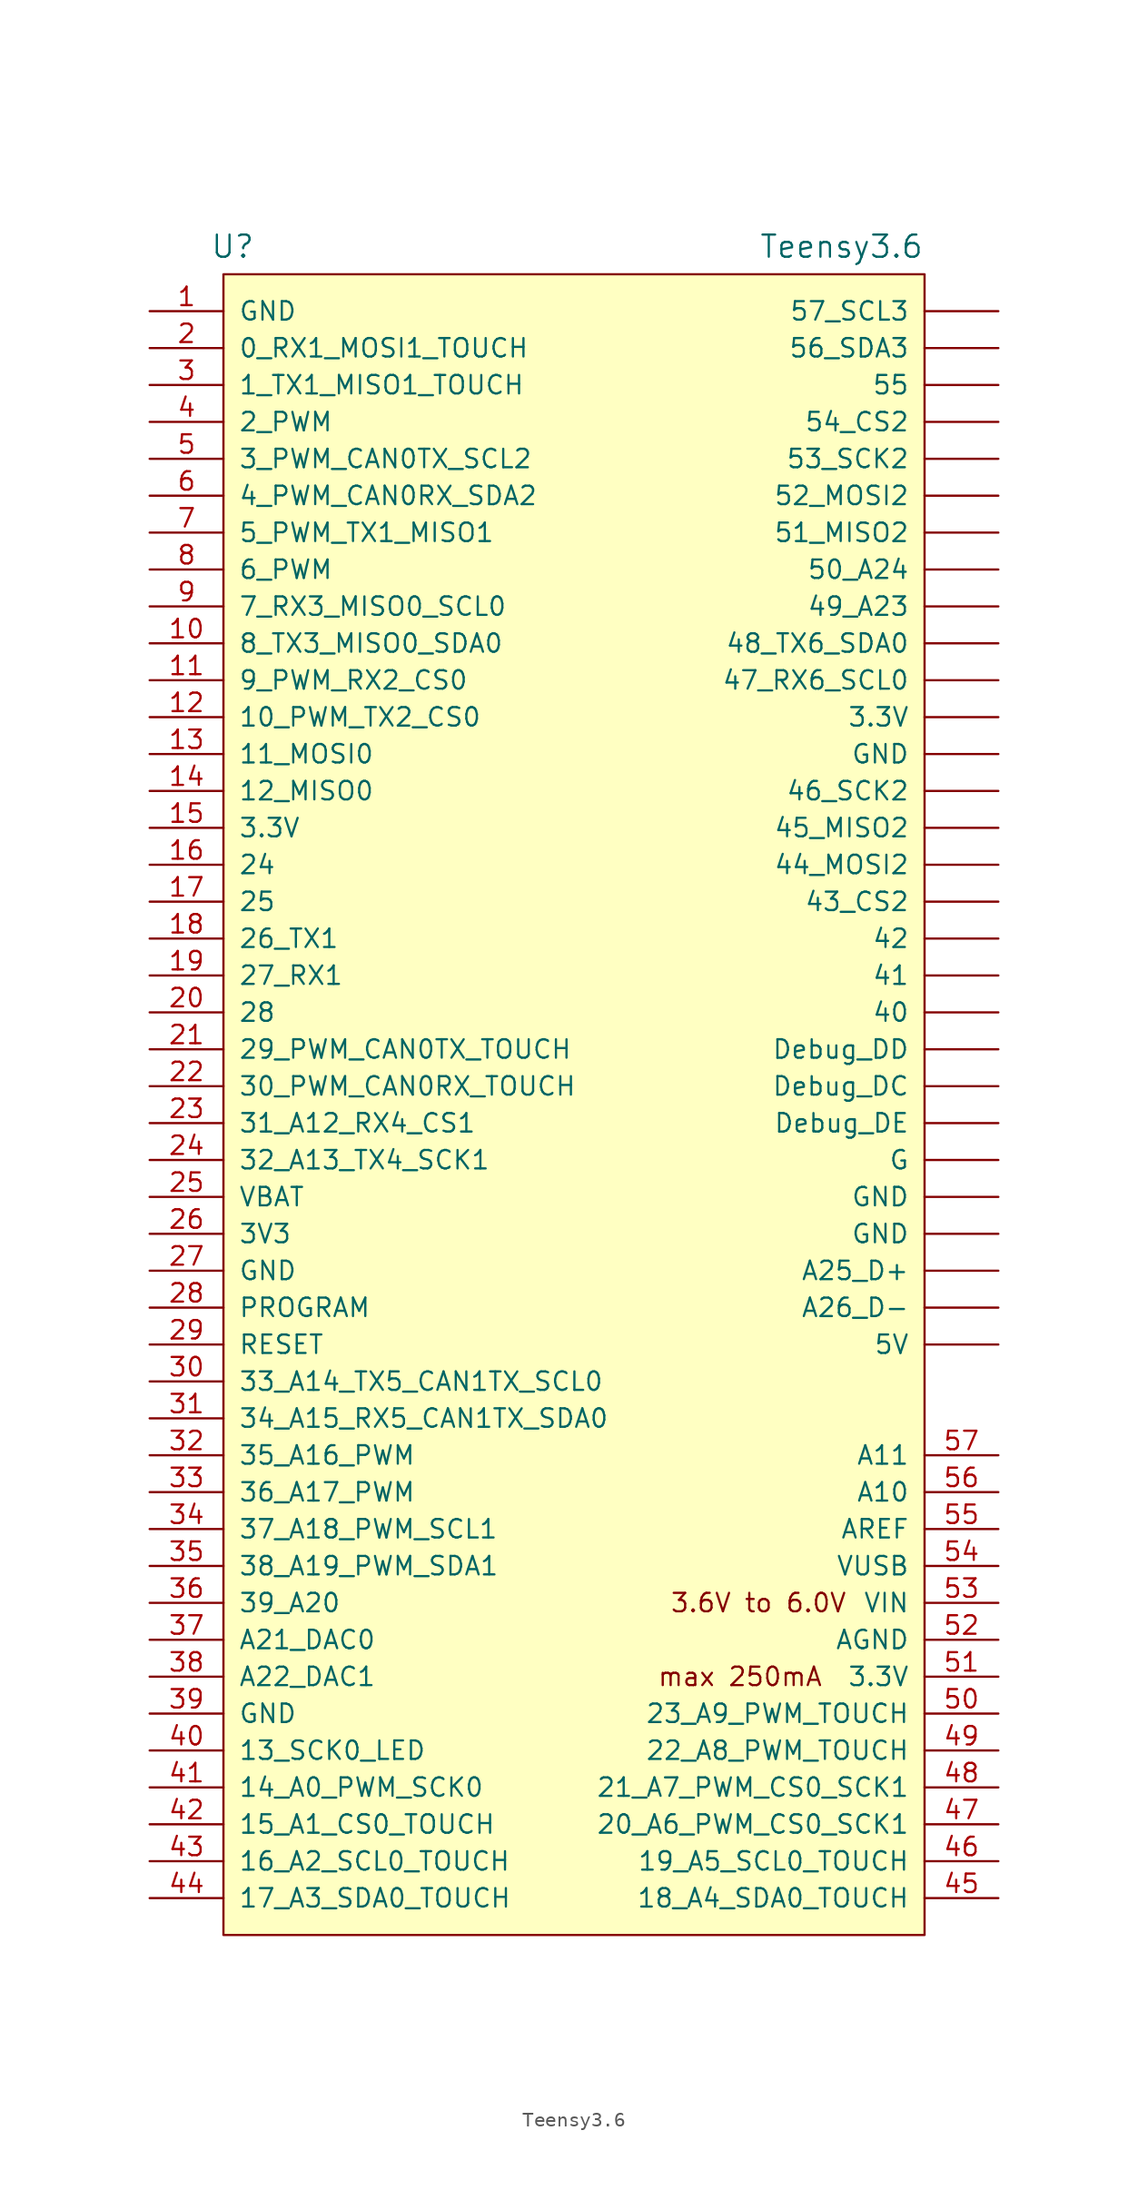
<source format=kicad_sym>
(kicad_symbol_lib
  (version 20211014)
  (generator kicad_symbol_editor)
  (symbol "Teensy3.6"
    (pin_names
      (offset 1.016))
    (property "Reference" "U"
      (at -23.495 59.055 0)
      (effects (font (size 1.524 1.524))))
    (property "Value" "Teensy3.6"
      (at 18.415 59.055 0)
      (effects (font (size 1.524 1.524))))
    (symbol "Teensy3.6_0_0"
      (rectangle (start -24.13 57.15) (end 24.13 -57.15) (stroke (width 0) (type default) (color 0 0 0 0)) (fill (type background)))
      (text "3.6V to 6.0V" (at 12.7 -34.29 0) (effects (font (size 1.27 1.27))))
      (text "max 250mA" (at 11.43 -39.37 0) (effects (font (size 1.27 1.27)))))
    (symbol "Teensy3.6_1_1"
      (pin power_in line (at -29.21 54.61 0) (length 5.08) (name "GND" (effects (font (size 1.27 1.27)))) (number "1" (effects (font (size 1.27 1.27)))))
      (pin bidirectional line (at -29.21 31.75 0) (length 5.08) (name "8_TX3_MISO0_SDA0" (effects (font (size 1.27 1.27)))) (number "10" (effects (font (size 1.27 1.27)))))
      (pin bidirectional line (at -29.21 29.21 0) (length 5.08) (name "9_PWM_RX2_CS0" (effects (font (size 1.27 1.27)))) (number "11" (effects (font (size 1.27 1.27)))))
      (pin bidirectional line (at -29.21 26.67 0) (length 5.08) (name "10_PWM_TX2_CS0" (effects (font (size 1.27 1.27)))) (number "12" (effects (font (size 1.27 1.27)))))
      (pin bidirectional line (at -29.21 24.13 0) (length 5.08) (name "11_MOSI0" (effects (font (size 1.27 1.27)))) (number "13" (effects (font (size 1.27 1.27)))))
      (pin bidirectional line (at -29.21 21.59 0) (length 5.08) (name "12_MISO0" (effects (font (size 1.27 1.27)))) (number "14" (effects (font (size 1.27 1.27)))))
      (pin power_in line (at -29.21 19.05 0) (length 5.08) (name "3.3V" (effects (font (size 1.27 1.27)))) (number "15" (effects (font (size 1.27 1.27)))))
      (pin bidirectional line (at -29.21 16.51 0) (length 5.08) (name "24" (effects (font (size 1.27 1.27)))) (number "16" (effects (font (size 1.27 1.27)))))
      (pin bidirectional line (at -29.21 13.97 0) (length 5.08) (name "25" (effects (font (size 1.27 1.27)))) (number "17" (effects (font (size 1.27 1.27)))))
      (pin bidirectional line (at -29.21 11.43 0) (length 5.08) (name "26_TX1" (effects (font (size 1.27 1.27)))) (number "18" (effects (font (size 1.27 1.27)))))
      (pin bidirectional line (at -29.21 8.89 0) (length 5.08) (name "27_RX1" (effects (font (size 1.27 1.27)))) (number "19" (effects (font (size 1.27 1.27)))))
      (pin bidirectional line (at -29.21 52.07 0) (length 5.08) (name "0_RX1_MOSI1_TOUCH" (effects (font (size 1.27 1.27)))) (number "2" (effects (font (size 1.27 1.27)))))
      (pin bidirectional line (at -29.21 6.35 0) (length 5.08) (name "28" (effects (font (size 1.27 1.27)))) (number "20" (effects (font (size 1.27 1.27)))))
      (pin bidirectional line (at -29.21 3.81 0) (length 5.08) (name "29_PWM_CAN0TX_TOUCH" (effects (font (size 1.27 1.27)))) (number "21" (effects (font (size 1.27 1.27)))))
      (pin bidirectional line (at -29.21 1.27 0) (length 5.08) (name "30_PWM_CAN0RX_TOUCH" (effects (font (size 1.27 1.27)))) (number "22" (effects (font (size 1.27 1.27)))))
      (pin bidirectional line (at -29.21 -1.27 0) (length 5.08) (name "31_A12_RX4_CS1" (effects (font (size 1.27 1.27)))) (number "23" (effects (font (size 1.27 1.27)))))
      (pin bidirectional line (at -29.21 -3.81 0) (length 5.08) (name "32_A13_TX4_SCK1" (effects (font (size 1.27 1.27)))) (number "24" (effects (font (size 1.27 1.27)))))
      (pin power_in line (at -29.21 -6.35 0) (length 5.08) (name "VBAT" (effects (font (size 1.27 1.27)))) (number "25" (effects (font (size 1.27 1.27)))))
      (pin power_in line (at -29.21 -8.89 0) (length 5.08) (name "3V3" (effects (font (size 1.27 1.27)))) (number "26" (effects (font (size 1.27 1.27)))))
      (pin power_in line (at -29.21 -11.43 0) (length 5.08) (name "GND" (effects (font (size 1.27 1.27)))) (number "27" (effects (font (size 1.27 1.27)))))
      (pin input line (at -29.21 -13.97 0) (length 5.08) (name "PROGRAM" (effects (font (size 1.27 1.27)))) (number "28" (effects (font (size 1.27 1.27)))))
      (pin input line (at -29.21 -16.51 0) (length 5.08) (name "RESET" (effects (font (size 1.27 1.27)))) (number "29" (effects (font (size 1.27 1.27)))))
      (pin bidirectional line (at -29.21 49.53 0) (length 5.08) (name "1_TX1_MISO1_TOUCH" (effects (font (size 1.27 1.27)))) (number "3" (effects (font (size 1.27 1.27)))))
      (pin bidirectional line (at -29.21 -19.05 0) (length 5.08) (name "33_A14_TX5_CAN1TX_SCL0" (effects (font (size 1.27 1.27)))) (number "30" (effects (font (size 1.27 1.27)))))
      (pin bidirectional line (at -29.21 -21.59 0) (length 5.08) (name "34_A15_RX5_CAN1TX_SDA0" (effects (font (size 1.27 1.27)))) (number "31" (effects (font (size 1.27 1.27)))))
      (pin bidirectional line (at -29.21 -24.13 0) (length 5.08) (name "35_A16_PWM" (effects (font (size 1.27 1.27)))) (number "32" (effects (font (size 1.27 1.27)))))
      (pin bidirectional line (at -29.21 -26.67 0) (length 5.08) (name "36_A17_PWM" (effects (font (size 1.27 1.27)))) (number "33" (effects (font (size 1.27 1.27)))))
      (pin bidirectional line (at -29.21 -29.21 0) (length 5.08) (name "37_A18_PWM_SCL1" (effects (font (size 1.27 1.27)))) (number "34" (effects (font (size 1.27 1.27)))))
      (pin bidirectional line (at -29.21 -31.75 0) (length 5.08) (name "38_A19_PWM_SDA1" (effects (font (size 1.27 1.27)))) (number "35" (effects (font (size 1.27 1.27)))))
      (pin bidirectional line (at -29.21 -34.29 0) (length 5.08) (name "39_A20" (effects (font (size 1.27 1.27)))) (number "36" (effects (font (size 1.27 1.27)))))
      (pin bidirectional line (at -29.21 -36.83 0) (length 5.08) (name "A21_DAC0" (effects (font (size 1.27 1.27)))) (number "37" (effects (font (size 1.27 1.27)))))
      (pin bidirectional line (at -29.21 -39.37 0) (length 5.08) (name "A22_DAC1" (effects (font (size 1.27 1.27)))) (number "38" (effects (font (size 1.27 1.27)))))
      (pin power_in line (at -29.21 -41.91 0) (length 5.08) (name "GND" (effects (font (size 1.27 1.27)))) (number "39" (effects (font (size 1.27 1.27)))))
      (pin bidirectional line (at -29.21 46.99 0) (length 5.08) (name "2_PWM" (effects (font (size 1.27 1.27)))) (number "4" (effects (font (size 1.27 1.27)))))
      (pin bidirectional line (at -29.21 -44.45 0) (length 5.08) (name "13_SCK0_LED" (effects (font (size 1.27 1.27)))) (number "40" (effects (font (size 1.27 1.27)))))
      (pin bidirectional line (at -29.21 -46.99 0) (length 5.08) (name "14_A0_PWM_SCK0" (effects (font (size 1.27 1.27)))) (number "41" (effects (font (size 1.27 1.27)))))
      (pin bidirectional line (at -29.21 -49.53 0) (length 5.08) (name "15_A1_CS0_TOUCH" (effects (font (size 1.27 1.27)))) (number "42" (effects (font (size 1.27 1.27)))))
      (pin bidirectional line (at -29.21 -52.07 0) (length 5.08) (name "16_A2_SCL0_TOUCH" (effects (font (size 1.27 1.27)))) (number "43" (effects (font (size 1.27 1.27)))))
      (pin bidirectional line (at -29.21 -54.61 0) (length 5.08) (name "17_A3_SDA0_TOUCH" (effects (font (size 1.27 1.27)))) (number "44" (effects (font (size 1.27 1.27)))))
      (pin bidirectional line (at 29.21 -54.61 180) (length 5.08) (name "18_A4_SDA0_TOUCH" (effects (font (size 1.27 1.27)))) (number "45" (effects (font (size 1.27 1.27)))))
      (pin bidirectional line (at 29.21 -52.07 180) (length 5.08) (name "19_A5_SCL0_TOUCH" (effects (font (size 1.27 1.27)))) (number "46" (effects (font (size 1.27 1.27)))))
      (pin bidirectional line (at 29.21 -49.53 180) (length 5.08) (name "20_A6_PWM_CS0_SCK1" (effects (font (size 1.27 1.27)))) (number "47" (effects (font (size 1.27 1.27)))))
      (pin bidirectional line (at 29.21 -46.99 180) (length 5.08) (name "21_A7_PWM_CS0_SCK1" (effects (font (size 1.27 1.27)))) (number "48" (effects (font (size 1.27 1.27)))))
      (pin bidirectional line (at 29.21 -44.45 180) (length 5.08) (name "22_A8_PWM_TOUCH" (effects (font (size 1.27 1.27)))) (number "49" (effects (font (size 1.27 1.27)))))
      (pin bidirectional line (at -29.21 44.45 0) (length 5.08) (name "3_PWM_CAN0TX_SCL2" (effects (font (size 1.27 1.27)))) (number "5" (effects (font (size 1.27 1.27)))))
      (pin bidirectional line (at 29.21 -41.91 180) (length 5.08) (name "23_A9_PWM_TOUCH" (effects (font (size 1.27 1.27)))) (number "50" (effects (font (size 1.27 1.27)))))
      (pin power_out line (at 29.21 -39.37 180) (length 5.08) (name "3.3V" (effects (font (size 1.27 1.27)))) (number "51" (effects (font (size 1.27 1.27)))))
      (pin power_out line (at 29.21 -36.83 180) (length 5.08) (name "AGND" (effects (font (size 1.27 1.27)))) (number "52" (effects (font (size 1.27 1.27)))))
      (pin power_in line (at 29.21 -34.29 180) (length 5.08) (name "VIN" (effects (font (size 1.27 1.27)))) (number "53" (effects (font (size 1.27 1.27)))))
      (pin power_in line (at 29.21 -31.75 180) (length 5.08) (name "VUSB" (effects (font (size 1.27 1.27)))) (number "54" (effects (font (size 1.27 1.27)))))
      (pin input line (at 29.21 -29.21 180) (length 5.08) (name "AREF" (effects (font (size 1.27 1.27)))) (number "55" (effects (font (size 1.27 1.27)))))
      (pin bidirectional line (at 29.21 -26.67 180) (length 5.08) (name "A10" (effects (font (size 1.27 1.27)))) (number "56" (effects (font (size 1.27 1.27)))))
      (pin bidirectional line (at 29.21 -24.13 180) (length 5.08) (name "A11" (effects (font (size 1.27 1.27)))) (number "57" (effects (font (size 1.27 1.27)))))
      (pin bidirectional line (at -29.21 41.91 0) (length 5.08) (name "4_PWM_CAN0RX_SDA2" (effects (font (size 1.27 1.27)))) (number "6" (effects (font (size 1.27 1.27)))))
      (pin bidirectional line (at -29.21 39.37 0) (length 5.08) (name "5_PWM_TX1_MISO1" (effects (font (size 1.27 1.27)))) (number "7" (effects (font (size 1.27 1.27)))))
      (pin bidirectional line (at -29.21 36.83 0) (length 5.08) (name "6_PWM" (effects (font (size 1.27 1.27)))) (number "8" (effects (font (size 1.27 1.27)))))
      (pin bidirectional line (at -29.21 34.29 0) (length 5.08) (name "7_RX3_MISO0_SCL0" (effects (font (size 1.27 1.27)))) (number "9" (effects (font (size 1.27 1.27)))))
      (pin power_in line (at 29.21 26.67 180) (length 5.08) (name "3.3V" (effects (font (size 1.27 1.27)))) (number "~" (effects (font (size 1.27 1.27)))))
      (pin bidirectional line (at 29.21 6.35 180) (length 5.08) (name "40" (effects (font (size 1.27 1.27)))) (number "~" (effects (font (size 1.27 1.27)))))
      (pin bidirectional line (at 29.21 8.89 180) (length 5.08) (name "41" (effects (font (size 1.27 1.27)))) (number "~" (effects (font (size 1.27 1.27)))))
      (pin bidirectional line (at 29.21 11.43 180) (length 5.08) (name "42" (effects (font (size 1.27 1.27)))) (number "~" (effects (font (size 1.27 1.27)))))
      (pin bidirectional line (at 29.21 13.97 180) (length 5.08) (name "43_CS2" (effects (font (size 1.27 1.27)))) (number "~" (effects (font (size 1.27 1.27)))))
      (pin bidirectional line (at 29.21 16.51 180) (length 5.08) (name "44_MOSI2" (effects (font (size 1.27 1.27)))) (number "~" (effects (font (size 1.27 1.27)))))
      (pin bidirectional line (at 29.21 19.05 180) (length 5.08) (name "45_MISO2" (effects (font (size 1.27 1.27)))) (number "~" (effects (font (size 1.27 1.27)))))
      (pin bidirectional line (at 29.21 21.59 180) (length 5.08) (name "46_SCK2" (effects (font (size 1.27 1.27)))) (number "~" (effects (font (size 1.27 1.27)))))
      (pin bidirectional line (at 29.21 29.21 180) (length 5.08) (name "47_RX6_SCL0" (effects (font (size 1.27 1.27)))) (number "~" (effects (font (size 1.27 1.27)))))
      (pin bidirectional line (at 29.21 31.75 180) (length 5.08) (name "48_TX6_SDA0" (effects (font (size 1.27 1.27)))) (number "~" (effects (font (size 1.27 1.27)))))
      (pin bidirectional line (at 29.21 34.29 180) (length 5.08) (name "49_A23" (effects (font (size 1.27 1.27)))) (number "~" (effects (font (size 1.27 1.27)))))
      (pin bidirectional line (at 29.21 36.83 180) (length 5.08) (name "50_A24" (effects (font (size 1.27 1.27)))) (number "~" (effects (font (size 1.27 1.27)))))
      (pin bidirectional line (at 29.21 39.37 180) (length 5.08) (name "51_MISO2" (effects (font (size 1.27 1.27)))) (number "~" (effects (font (size 1.27 1.27)))))
      (pin bidirectional line (at 29.21 41.91 180) (length 5.08) (name "52_MOSI2" (effects (font (size 1.27 1.27)))) (number "~" (effects (font (size 1.27 1.27)))))
      (pin bidirectional line (at 29.21 44.45 180) (length 5.08) (name "53_SCK2" (effects (font (size 1.27 1.27)))) (number "~" (effects (font (size 1.27 1.27)))))
      (pin bidirectional line (at 29.21 46.99 180) (length 5.08) (name "54_CS2" (effects (font (size 1.27 1.27)))) (number "~" (effects (font (size 1.27 1.27)))))
      (pin bidirectional line (at 29.21 49.53 180) (length 5.08) (name "55" (effects (font (size 1.27 1.27)))) (number "~" (effects (font (size 1.27 1.27)))))
      (pin bidirectional line (at 29.21 52.07 180) (length 5.08) (name "56_SDA3" (effects (font (size 1.27 1.27)))) (number "~" (effects (font (size 1.27 1.27)))))
      (pin bidirectional line (at 29.21 54.61 180) (length 5.08) (name "57_SCL3" (effects (font (size 1.27 1.27)))) (number "~" (effects (font (size 1.27 1.27)))))
      (pin power_in line (at 29.21 -16.51 180) (length 5.08) (name "5V" (effects (font (size 1.27 1.27)))) (number "~" (effects (font (size 1.27 1.27)))))
      (pin bidirectional line (at 29.21 -11.43 180) (length 5.08) (name "A25_D+" (effects (font (size 1.27 1.27)))) (number "~" (effects (font (size 1.27 1.27)))))
      (pin bidirectional line (at 29.21 -13.97 180) (length 5.08) (name "A26_D-" (effects (font (size 1.27 1.27)))) (number "~" (effects (font (size 1.27 1.27)))))
      (pin input line (at 29.21 1.27 180) (length 5.08) (name "Debug_DC" (effects (font (size 1.27 1.27)))) (number "~" (effects (font (size 1.27 1.27)))))
      (pin input line (at 29.21 3.81 180) (length 5.08) (name "Debug_DD" (effects (font (size 1.27 1.27)))) (number "~" (effects (font (size 1.27 1.27)))))
      (pin input line (at 29.21 -1.27 180) (length 5.08) (name "Debug_DE" (effects (font (size 1.27 1.27)))) (number "~" (effects (font (size 1.27 1.27)))))
      (pin power_in line (at 29.21 -3.81 180) (length 5.08) (name "G" (effects (font (size 1.27 1.27)))) (number "~" (effects (font (size 1.27 1.27)))))
      (pin power_in line (at 29.21 -8.89 180) (length 5.08) (name "GND" (effects (font (size 1.27 1.27)))) (number "~" (effects (font (size 1.27 1.27)))))
      (pin power_in line (at 29.21 -6.35 180) (length 5.08) (name "GND" (effects (font (size 1.27 1.27)))) (number "~" (effects (font (size 1.27 1.27)))))
      (pin power_in line (at 29.21 24.13 180) (length 5.08) (name "GND" (effects (font (size 1.27 1.27)))) (number "~" (effects (font (size 1.27 1.27))))))))
</source>
